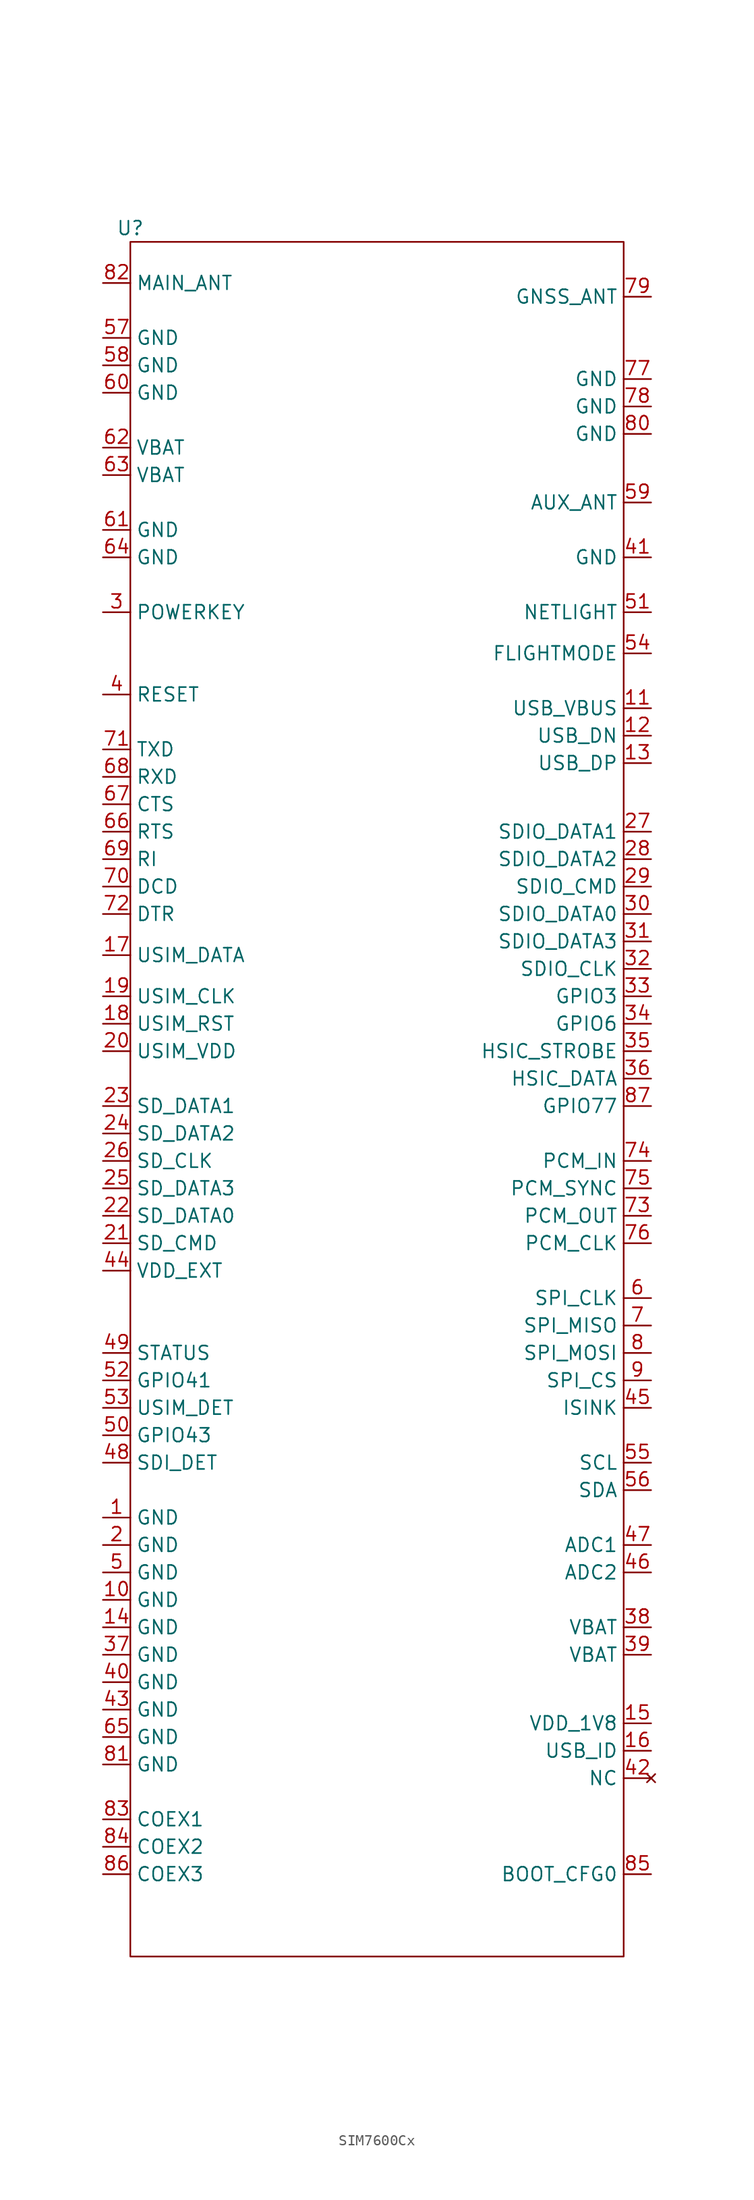
<source format=kicad_sym>
(kicad_symbol_lib
  (version 20241209)
  (generator "kicad_symbol_editor")
  (generator_version "9.0")
  (symbol "SIM7600Cx"
    (property "Reference" "U"
      (at 0 0 0)
      (effects (font (size 1.27 1.27))))
    (property "Value" ""
      (at 0 0 0)
      (effects (font (size 1.27 1.27))))
    (symbol "SIM7600Cx_0_1"
      (rectangle (start 0 -1.27) (end 45.72 -160.02) (stroke (width 0) (type default)) (fill (type none))))
    (symbol "SIM7600Cx_1_1"
      (pin bidirectional line (at -2.54 -5.08 0) (length 2.54) (name "MAIN_ANT" (effects (font (size 1.27 1.27)))) (number "82" (effects (font (size 1.27 1.27)))))
      (pin input line (at -2.54 -10.16 0) (length 2.54) (name "GND" (effects (font (size 1.27 1.27)))) (number "57" (effects (font (size 1.27 1.27)))))
      (pin input line (at -2.54 -12.7 0) (length 2.54) (name "GND" (effects (font (size 1.27 1.27)))) (number "58" (effects (font (size 1.27 1.27)))))
      (pin input line (at -2.54 -15.24 0) (length 2.54) (name "GND" (effects (font (size 1.27 1.27)))) (number "60" (effects (font (size 1.27 1.27)))))
      (pin input line (at -2.54 -20.32 0) (length 2.54) (name "VBAT" (effects (font (size 1.27 1.27)))) (number "62" (effects (font (size 1.27 1.27)))))
      (pin input line (at -2.54 -22.86 0) (length 2.54) (name "VBAT" (effects (font (size 1.27 1.27)))) (number "63" (effects (font (size 1.27 1.27)))))
      (pin input line (at -2.54 -27.94 0) (length 2.54) (name "GND" (effects (font (size 1.27 1.27)))) (number "61" (effects (font (size 1.27 1.27)))))
      (pin input line (at -2.54 -30.48 0) (length 2.54) (name "GND" (effects (font (size 1.27 1.27)))) (number "64" (effects (font (size 1.27 1.27)))))
      (pin output line (at -2.54 -35.56 0) (length 2.54) (name "POWERKEY" (effects (font (size 1.27 1.27)))) (number "3" (effects (font (size 1.27 1.27)))))
      (pin bidirectional line (at -2.54 -43.18 0) (length 2.54) (name "RESET" (effects (font (size 1.27 1.27)))) (number "4" (effects (font (size 1.27 1.27)))))
      (pin output line (at -2.54 -48.26 0) (length 2.54) (name "TXD" (effects (font (size 1.27 1.27)))) (number "71" (effects (font (size 1.27 1.27)))))
      (pin input line (at -2.54 -50.8 0) (length 2.54) (name "RXD" (effects (font (size 1.27 1.27)))) (number "68" (effects (font (size 1.27 1.27)))))
      (pin input line (at -2.54 -53.34 0) (length 2.54) (name "CTS" (effects (font (size 1.27 1.27)))) (number "67" (effects (font (size 1.27 1.27)))))
      (pin output line (at -2.54 -55.88 0) (length 2.54) (name "RTS" (effects (font (size 1.27 1.27)))) (number "66" (effects (font (size 1.27 1.27)))))
      (pin output line (at -2.54 -58.42 0) (length 2.54) (name "RI" (effects (font (size 1.27 1.27)))) (number "69" (effects (font (size 1.27 1.27)))))
      (pin output line (at -2.54 -60.96 0) (length 2.54) (name "DCD" (effects (font (size 1.27 1.27)))) (number "70" (effects (font (size 1.27 1.27)))))
      (pin input line (at -2.54 -63.5 0) (length 2.54) (name "DTR" (effects (font (size 1.27 1.27)))) (number "72" (effects (font (size 1.27 1.27)))))
      (pin bidirectional line (at -2.54 -67.31 0) (length 2.54) (name "USIM_DATA" (effects (font (size 1.27 1.27)))) (number "17" (effects (font (size 1.27 1.27)))))
      (pin output line (at -2.54 -71.12 0) (length 2.54) (name "USIM_CLK" (effects (font (size 1.27 1.27)))) (number "19" (effects (font (size 1.27 1.27)))))
      (pin output line (at -2.54 -73.66 0) (length 2.54) (name "USIM_RST" (effects (font (size 1.27 1.27)))) (number "18" (effects (font (size 1.27 1.27)))))
      (pin output line (at -2.54 -76.2 0) (length 2.54) (name "USIM_VDD" (effects (font (size 1.27 1.27)))) (number "20" (effects (font (size 1.27 1.27)))))
      (pin bidirectional line (at -2.54 -81.28 0) (length 2.54) (name "SD_DATA1" (effects (font (size 1.27 1.27)))) (number "23" (effects (font (size 1.27 1.27)))))
      (pin bidirectional line (at -2.54 -83.82 0) (length 2.54) (name "SD_DATA2" (effects (font (size 1.27 1.27)))) (number "24" (effects (font (size 1.27 1.27)))))
      (pin output line (at -2.54 -86.36 0) (length 2.54) (name "SD_CLK" (effects (font (size 1.27 1.27)))) (number "26" (effects (font (size 1.27 1.27)))))
      (pin bidirectional line (at -2.54 -88.9 0) (length 2.54) (name "SD_DATA3" (effects (font (size 1.27 1.27)))) (number "25" (effects (font (size 1.27 1.27)))))
      (pin bidirectional line (at -2.54 -91.44 0) (length 2.54) (name "SD_DATA0" (effects (font (size 1.27 1.27)))) (number "22" (effects (font (size 1.27 1.27)))))
      (pin output line (at -2.54 -93.98 0) (length 2.54) (name "SD_CMD" (effects (font (size 1.27 1.27)))) (number "21" (effects (font (size 1.27 1.27)))))
      (pin power_out line (at -2.54 -96.52 0) (length 2.54) (name "VDD_EXT" (effects (font (size 1.27 1.27)))) (number "44" (effects (font (size 1.27 1.27)))))
      (pin output line (at -2.54 -104.14 0) (length 2.54) (name "STATUS" (effects (font (size 1.27 1.27)))) (number "49" (effects (font (size 1.27 1.27)))))
      (pin bidirectional line (at -2.54 -106.68 0) (length 2.54) (name "GPIO41" (effects (font (size 1.27 1.27)))) (number "52" (effects (font (size 1.27 1.27)))))
      (pin bidirectional line (at -2.54 -109.22 0) (length 2.54) (name "USIM_DET" (effects (font (size 1.27 1.27)))) (number "53" (effects (font (size 1.27 1.27)))))
      (pin bidirectional line (at -2.54 -111.76 0) (length 2.54) (name "GPIO43" (effects (font (size 1.27 1.27)))) (number "50" (effects (font (size 1.27 1.27)))))
      (pin input line (at -2.54 -114.3 0) (length 2.54) (name "SDI_DET" (effects (font (size 1.27 1.27)))) (number "48" (effects (font (size 1.27 1.27)))))
      (pin input line (at -2.54 -119.38 0) (length 2.54) (name "GND" (effects (font (size 1.27 1.27)))) (number "1" (effects (font (size 1.27 1.27)))))
      (pin input line (at -2.54 -121.92 0) (length 2.54) (name "GND" (effects (font (size 1.27 1.27)))) (number "2" (effects (font (size 1.27 1.27)))))
      (pin input line (at -2.54 -124.46 0) (length 2.54) (name "GND" (effects (font (size 1.27 1.27)))) (number "5" (effects (font (size 1.27 1.27)))))
      (pin input line (at -2.54 -127 0) (length 2.54) (name "GND" (effects (font (size 1.27 1.27)))) (number "10" (effects (font (size 1.27 1.27)))))
      (pin input line (at -2.54 -129.54 0) (length 2.54) (name "GND" (effects (font (size 1.27 1.27)))) (number "14" (effects (font (size 1.27 1.27)))))
      (pin input line (at -2.54 -132.08 0) (length 2.54) (name "GND" (effects (font (size 1.27 1.27)))) (number "37" (effects (font (size 1.27 1.27)))))
      (pin input line (at -2.54 -134.62 0) (length 2.54) (name "GND" (effects (font (size 1.27 1.27)))) (number "40" (effects (font (size 1.27 1.27)))))
      (pin input line (at -2.54 -137.16 0) (length 2.54) (name "GND" (effects (font (size 1.27 1.27)))) (number "43" (effects (font (size 1.27 1.27)))))
      (pin input line (at -2.54 -139.7 0) (length 2.54) (name "GND" (effects (font (size 1.27 1.27)))) (number "65" (effects (font (size 1.27 1.27)))))
      (pin input line (at -2.54 -142.24 0) (length 2.54) (name "GND" (effects (font (size 1.27 1.27)))) (number "81" (effects (font (size 1.27 1.27)))))
      (pin bidirectional line (at -2.54 -147.32 0) (length 2.54) (name "COEX1" (effects (font (size 1.27 1.27)))) (number "83" (effects (font (size 1.27 1.27)))))
      (pin bidirectional line (at -2.54 -149.86 0) (length 2.54) (name "COEX2" (effects (font (size 1.27 1.27)))) (number "84" (effects (font (size 1.27 1.27)))))
      (pin bidirectional line (at -2.54 -152.4 0) (length 2.54) (name "COEX3" (effects (font (size 1.27 1.27)))) (number "86" (effects (font (size 1.27 1.27)))))
      (pin input line (at 48.26 -6.35 180) (length 2.54) (name "GNSS_ANT" (effects (font (size 1.27 1.27)))) (number "79" (effects (font (size 1.27 1.27)))))
      (pin input line (at 48.26 -13.97 180) (length 2.54) (name "GND" (effects (font (size 1.27 1.27)))) (number "77" (effects (font (size 1.27 1.27)))))
      (pin input line (at 48.26 -16.51 180) (length 2.54) (name "GND" (effects (font (size 1.27 1.27)))) (number "78" (effects (font (size 1.27 1.27)))))
      (pin input line (at 48.26 -19.05 180) (length 2.54) (name "GND" (effects (font (size 1.27 1.27)))) (number "80" (effects (font (size 1.27 1.27)))))
      (pin input line (at 48.26 -25.4 180) (length 2.54) (name "AUX_ANT" (effects (font (size 1.27 1.27)))) (number "59" (effects (font (size 1.27 1.27)))))
      (pin input line (at 48.26 -30.48 180) (length 2.54) (name "GND" (effects (font (size 1.27 1.27)))) (number "41" (effects (font (size 1.27 1.27)))))
      (pin output line (at 48.26 -35.56 180) (length 2.54) (name "NETLIGHT" (effects (font (size 1.27 1.27)))) (number "51" (effects (font (size 1.27 1.27)))))
      (pin input line (at 48.26 -39.37 180) (length 2.54) (name "FLIGHTMODE" (effects (font (size 1.27 1.27)))) (number "54" (effects (font (size 1.27 1.27)))))
      (pin unspecified line (at 48.26 -44.45 180) (length 2.54) (name "USB_VBUS" (effects (font (size 1.27 1.27)))) (number "11" (effects (font (size 1.27 1.27)))))
      (pin input line (at 48.26 -46.99 180) (length 2.54) (name "USB_DN" (effects (font (size 1.27 1.27)))) (number "12" (effects (font (size 1.27 1.27)))))
      (pin bidirectional line (at 48.26 -49.53 180) (length 2.54) (name "USB_DP" (effects (font (size 1.27 1.27)))) (number "13" (effects (font (size 1.27 1.27)))))
      (pin bidirectional line (at 48.26 -55.88 180) (length 2.54) (name "SDIO_DATA1" (effects (font (size 1.27 1.27)))) (number "27" (effects (font (size 1.27 1.27)))))
      (pin bidirectional line (at 48.26 -58.42 180) (length 2.54) (name "SDIO_DATA2" (effects (font (size 1.27 1.27)))) (number "28" (effects (font (size 1.27 1.27)))))
      (pin output line (at 48.26 -60.96 180) (length 2.54) (name "SDIO_CMD" (effects (font (size 1.27 1.27)))) (number "29" (effects (font (size 1.27 1.27)))))
      (pin bidirectional line (at 48.26 -63.5 180) (length 2.54) (name "SDIO_DATA0" (effects (font (size 1.27 1.27)))) (number "30" (effects (font (size 1.27 1.27)))))
      (pin bidirectional line (at 48.26 -66.04 180) (length 2.54) (name "SDIO_DATA3" (effects (font (size 1.27 1.27)))) (number "31" (effects (font (size 1.27 1.27)))))
      (pin output line (at 48.26 -68.58 180) (length 2.54) (name "SDIO_CLK" (effects (font (size 1.27 1.27)))) (number "32" (effects (font (size 1.27 1.27)))))
      (pin bidirectional line (at 48.26 -71.12 180) (length 2.54) (name "GPIO3" (effects (font (size 1.27 1.27)))) (number "33" (effects (font (size 1.27 1.27)))))
      (pin bidirectional line (at 48.26 -73.66 180) (length 2.54) (name "GPIO6" (effects (font (size 1.27 1.27)))) (number "34" (effects (font (size 1.27 1.27)))))
      (pin bidirectional line (at 48.26 -76.2 180) (length 2.54) (name "HSIC_STROBE" (effects (font (size 1.27 1.27)))) (number "35" (effects (font (size 1.27 1.27)))))
      (pin bidirectional line (at 48.26 -78.74 180) (length 2.54) (name "HSIC_DATA" (effects (font (size 1.27 1.27)))) (number "36" (effects (font (size 1.27 1.27)))))
      (pin bidirectional line (at 48.26 -81.28 180) (length 2.54) (name "GPIO77" (effects (font (size 1.27 1.27)))) (number "87" (effects (font (size 1.27 1.27)))))
      (pin input line (at 48.26 -86.36 180) (length 2.54) (name "PCM_IN" (effects (font (size 1.27 1.27)))) (number "74" (effects (font (size 1.27 1.27)))))
      (pin output line (at 48.26 -88.9 180) (length 2.54) (name "PCM_SYNC" (effects (font (size 1.27 1.27)))) (number "75" (effects (font (size 1.27 1.27)))))
      (pin output line (at 48.26 -91.44 180) (length 2.54) (name "PCM_OUT" (effects (font (size 1.27 1.27)))) (number "73" (effects (font (size 1.27 1.27)))))
      (pin output line (at 48.26 -93.98 180) (length 2.54) (name "PCM_CLK" (effects (font (size 1.27 1.27)))) (number "76" (effects (font (size 1.27 1.27)))))
      (pin output line (at 48.26 -99.06 180) (length 2.54) (name "SPI_CLK" (effects (font (size 1.27 1.27)))) (number "6" (effects (font (size 1.27 1.27)))))
      (pin input line (at 48.26 -101.6 180) (length 2.54) (name "SPI_MISO" (effects (font (size 1.27 1.27)))) (number "7" (effects (font (size 1.27 1.27)))))
      (pin output line (at 48.26 -104.14 180) (length 2.54) (name "SPI_MOSI" (effects (font (size 1.27 1.27)))) (number "8" (effects (font (size 1.27 1.27)))))
      (pin output line (at 48.26 -106.68 180) (length 2.54) (name "SPI_CS" (effects (font (size 1.27 1.27)))) (number "9" (effects (font (size 1.27 1.27)))))
      (pin input line (at 48.26 -109.22 180) (length 2.54) (name "ISINK" (effects (font (size 1.27 1.27)))) (number "45" (effects (font (size 1.27 1.27)))))
      (pin output line (at 48.26 -114.3 180) (length 2.54) (name "SCL" (effects (font (size 1.27 1.27)))) (number "55" (effects (font (size 1.27 1.27)))))
      (pin bidirectional line (at 48.26 -116.84 180) (length 2.54) (name "SDA" (effects (font (size 1.27 1.27)))) (number "56" (effects (font (size 1.27 1.27)))))
      (pin input line (at 48.26 -121.92 180) (length 2.54) (name "ADC1" (effects (font (size 1.27 1.27)))) (number "47" (effects (font (size 1.27 1.27)))))
      (pin input line (at 48.26 -124.46 180) (length 2.54) (name "ADC2" (effects (font (size 1.27 1.27)))) (number "46" (effects (font (size 1.27 1.27)))))
      (pin power_in line (at 48.26 -129.54 180) (length 2.54) (name "VBAT" (effects (font (size 1.27 1.27)))) (number "38" (effects (font (size 1.27 1.27)))))
      (pin power_in line (at 48.26 -132.08 180) (length 2.54) (name "VBAT" (effects (font (size 1.27 1.27)))) (number "39" (effects (font (size 1.27 1.27)))))
      (pin output line (at 48.26 -138.43 180) (length 2.54) (name "VDD_1V8" (effects (font (size 1.27 1.27)))) (number "15" (effects (font (size 1.27 1.27)))))
      (pin input line (at 48.26 -140.97 180) (length 2.54) (name "USB_ID" (effects (font (size 1.27 1.27)))) (number "16" (effects (font (size 1.27 1.27)))))
      (pin no_connect line (at 48.26 -143.51 180) (length 2.54) (name "NC" (effects (font (size 1.27 1.27)))) (number "42" (effects (font (size 1.27 1.27)))))
      (pin input line (at 48.26 -152.4 180) (length 2.54) (name "BOOT_CFG0" (effects (font (size 1.27 1.27)))) (number "85" (effects (font (size 1.27 1.27))))))))
</source>
